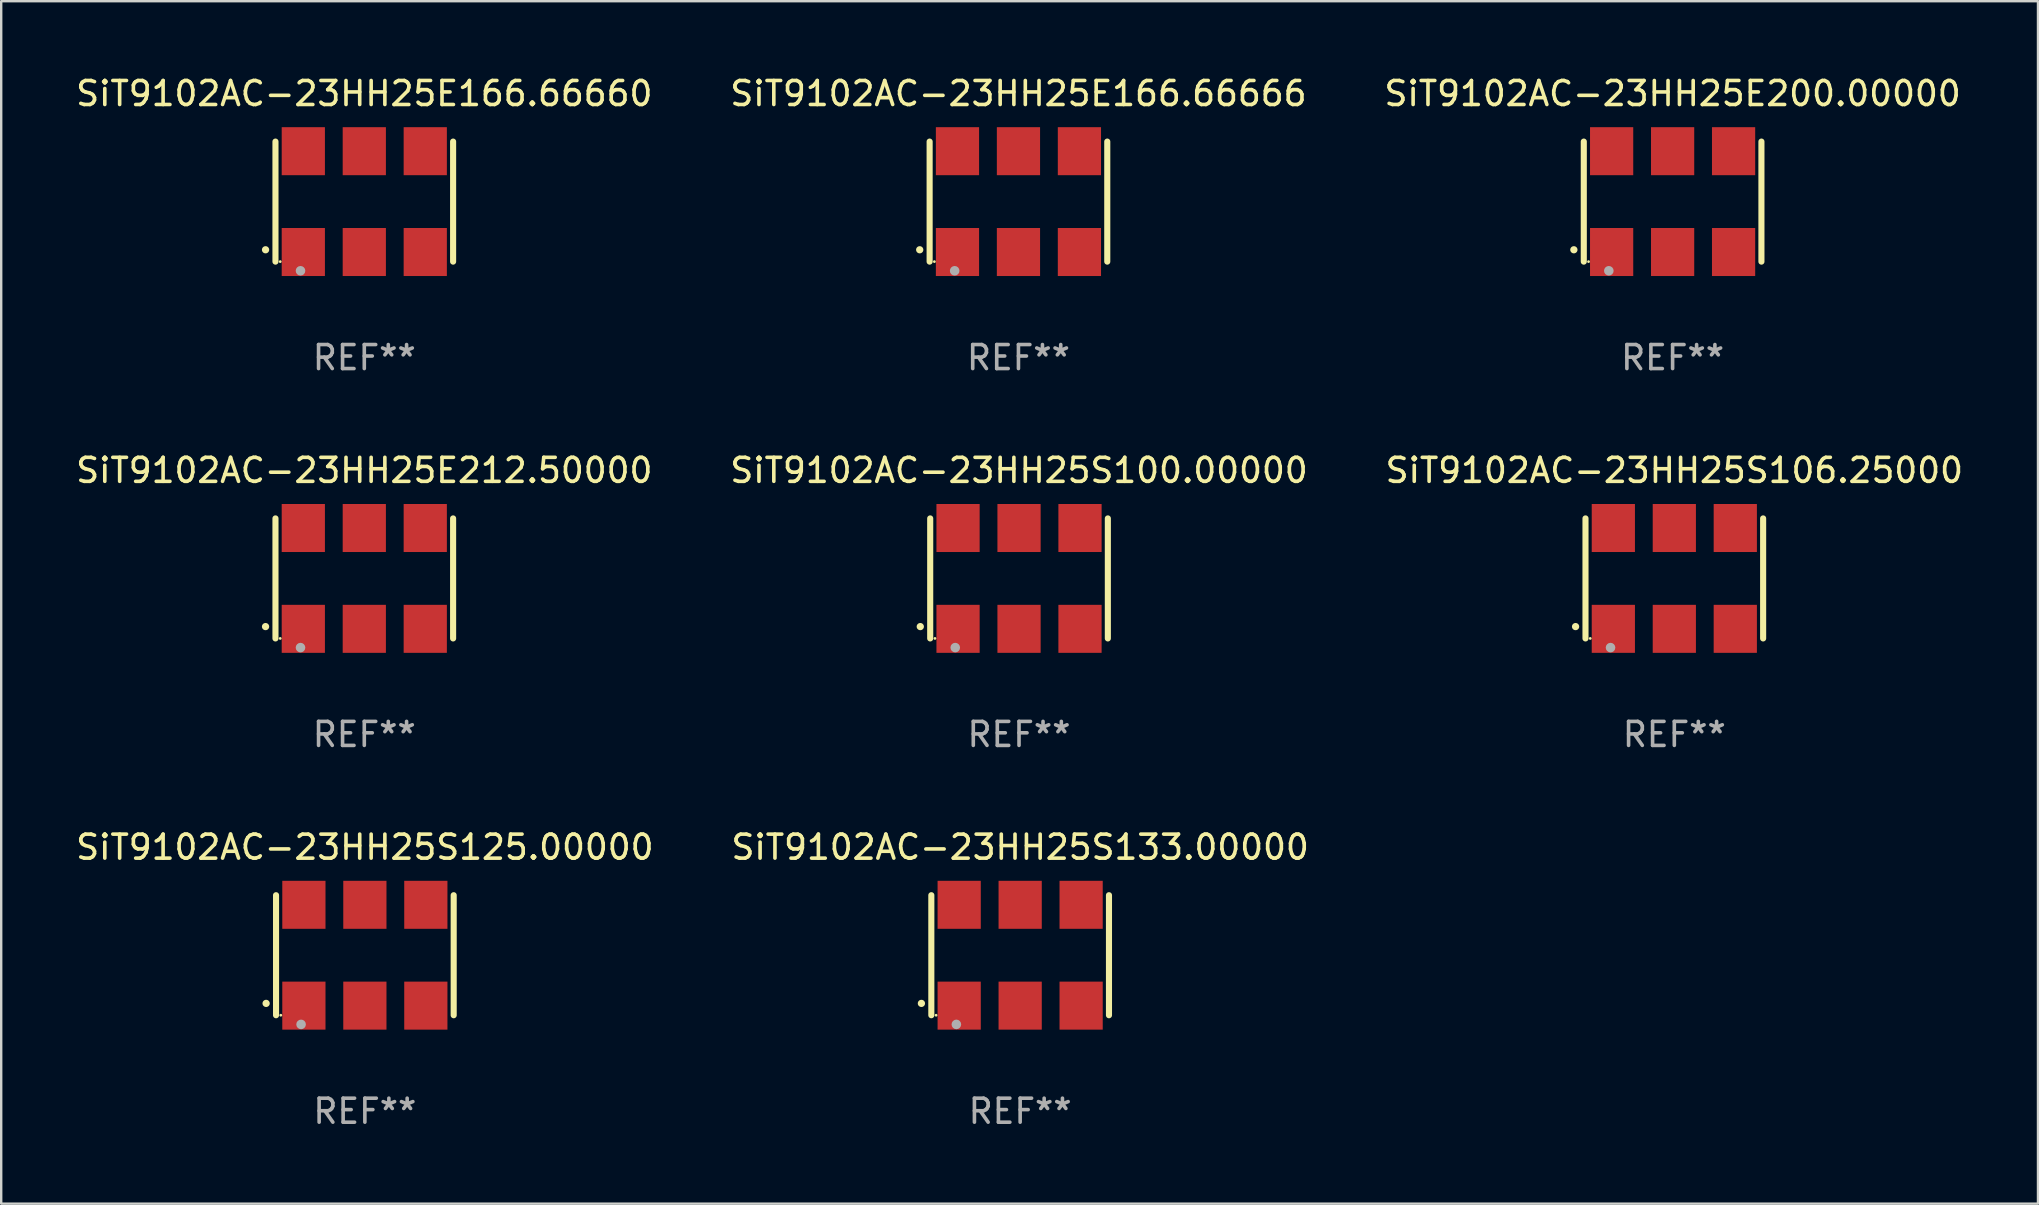
<source format=kicad_pcb>
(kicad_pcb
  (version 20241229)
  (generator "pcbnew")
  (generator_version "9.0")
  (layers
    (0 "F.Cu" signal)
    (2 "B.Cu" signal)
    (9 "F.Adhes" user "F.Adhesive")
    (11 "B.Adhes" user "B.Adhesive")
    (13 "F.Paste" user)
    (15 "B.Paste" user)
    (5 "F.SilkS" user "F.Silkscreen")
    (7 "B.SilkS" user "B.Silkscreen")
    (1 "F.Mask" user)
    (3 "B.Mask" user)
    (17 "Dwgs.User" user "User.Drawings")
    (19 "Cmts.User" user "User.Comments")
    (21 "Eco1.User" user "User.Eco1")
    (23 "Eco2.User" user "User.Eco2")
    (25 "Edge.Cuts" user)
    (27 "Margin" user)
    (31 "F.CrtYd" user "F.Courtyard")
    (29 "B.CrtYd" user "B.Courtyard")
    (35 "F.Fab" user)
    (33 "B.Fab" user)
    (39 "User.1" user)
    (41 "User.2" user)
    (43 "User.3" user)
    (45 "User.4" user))
  (footprint "SiT9102AC-23HH25S125.00000"
    (layer "F.Cu")
    (at 12.149 36.741)
    (property "Reference" "SiT9102AC-23HH25S125.00000" (at 0 -4.5 0) (layer "F.SilkS") (effects (font (size 1 1) (thickness 0.15))))
    (attr through_hole)
    (fp_line (start -3.7 -2.5) (end -3.7 2.5) (stroke (width 0.254) (type solid)) (layer "F.SilkS"))
    (fp_line (start 3.7 -2.5) (end 3.7 2.5) (stroke (width 0.254) (type solid)) (layer "F.SilkS"))
    (fp_arc (start -4.114415 2.006604) (mid -4.113145 2.006599) (end -4.111875 2.006604) (stroke (width 0.3) (type solid)) (layer "F.SilkS"))
    (fp_circle (center -3.502 2.5) (end -3.472 2.5) (stroke (width 0.06) (type solid)) (fill no) (layer "F.SilkS"))
    (fp_circle (center -2.657 2.882) (end -2.557 2.882) (stroke (width 0.2) (type solid)) (fill no) (layer "F.Fab"))
    (fp_text user "REF**" (at 0 6.5 0) (layer "F.Fab") (effects (font (size 1 1) (thickness 0.15))))
    (pad "1" smd rect (at -2.54 2.1) (size 1.8 2) (layers "F.Cu" "F.Mask" "F.Paste"))
    (pad "2" smd rect (at 0.000394 2.1) (size 1.8 2) (layers "F.Cu" "F.Mask" "F.Paste"))
    (pad "3" smd rect (at 2.54 2.1) (size 1.8 2) (layers "F.Cu" "F.Mask" "F.Paste"))
    (pad "4" smd rect (at 2.54 -2.1) (size 1.8 2) (layers "F.Cu" "F.Mask" "F.Paste"))
    (pad "5" smd rect (at 0.000394 -2.1) (size 1.8 2) (layers "F.Cu" "F.Mask" "F.Paste"))
    (pad "6" smd rect (at -2.54 -2.1) (size 1.8 2) (layers "F.Cu" "F.Mask" "F.Paste")))
  (footprint "SiT9102AC-23HH25E200.00000"
    (layer "F.Cu")
    (at 66.625 5.348)
    (property "Reference" "SiT9102AC-23HH25E200.00000" (at 0 -4.5 0) (layer "F.SilkS") (effects (font (size 1 1) (thickness 0.15))))
    (attr through_hole)
    (fp_line (start -3.7 -2.5) (end -3.7 2.5) (stroke (width 0.254) (type solid)) (layer "F.SilkS"))
    (fp_line (start 3.7 -2.5) (end 3.7 2.5) (stroke (width 0.254) (type solid)) (layer "F.SilkS"))
    (fp_arc (start -4.114415 2.006604) (mid -4.113145 2.006599) (end -4.111875 2.006604) (stroke (width 0.3) (type solid)) (layer "F.SilkS"))
    (fp_circle (center -3.502 2.5) (end -3.472 2.5) (stroke (width 0.06) (type solid)) (fill no) (layer "F.SilkS"))
    (fp_circle (center -2.657 2.882) (end -2.557 2.882) (stroke (width 0.2) (type solid)) (fill no) (layer "F.Fab"))
    (fp_text user "REF**" (at 0 6.5 0) (layer "F.Fab") (effects (font (size 1 1) (thickness 0.15))))
    (pad "1" smd rect (at -2.54 2.1) (size 1.8 2) (layers "F.Cu" "F.Mask" "F.Paste"))
    (pad "2" smd rect (at 0.000394 2.1) (size 1.8 2) (layers "F.Cu" "F.Mask" "F.Paste"))
    (pad "3" smd rect (at 2.54 2.1) (size 1.8 2) (layers "F.Cu" "F.Mask" "F.Paste"))
    (pad "4" smd rect (at 2.54 -2.1) (size 1.8 2) (layers "F.Cu" "F.Mask" "F.Paste"))
    (pad "5" smd rect (at 0.000394 -2.1) (size 1.8 2) (layers "F.Cu" "F.Mask" "F.Paste"))
    (pad "6" smd rect (at -2.54 -2.1) (size 1.8 2) (layers "F.Cu" "F.Mask" "F.Paste")))
  (footprint "SiT9102AC-23HH25E166.66660"
    (layer "F.Cu")
    (at 12.125 5.348)
    (property "Reference" "SiT9102AC-23HH25E166.66660" (at 0 -4.5 0) (layer "F.SilkS") (effects (font (size 1 1) (thickness 0.15))))
    (attr through_hole)
    (fp_line (start -3.7 -2.5) (end -3.7 2.5) (stroke (width 0.254) (type solid)) (layer "F.SilkS"))
    (fp_line (start 3.7 -2.5) (end 3.7 2.5) (stroke (width 0.254) (type solid)) (layer "F.SilkS"))
    (fp_arc (start -4.114415 2.006604) (mid -4.113145 2.006599) (end -4.111875 2.006604) (stroke (width 0.3) (type solid)) (layer "F.SilkS"))
    (fp_circle (center -3.502 2.5) (end -3.472 2.5) (stroke (width 0.06) (type solid)) (fill no) (layer "F.SilkS"))
    (fp_circle (center -2.657 2.882) (end -2.557 2.882) (stroke (width 0.2) (type solid)) (fill no) (layer "F.Fab"))
    (fp_text user "REF**" (at 0 6.5 0) (layer "F.Fab") (effects (font (size 1 1) (thickness 0.15))))
    (pad "1" smd rect (at -2.54 2.1) (size 1.8 2) (layers "F.Cu" "F.Mask" "F.Paste"))
    (pad "2" smd rect (at 0.000394 2.1) (size 1.8 2) (layers "F.Cu" "F.Mask" "F.Paste"))
    (pad "3" smd rect (at 2.54 2.1) (size 1.8 2) (layers "F.Cu" "F.Mask" "F.Paste"))
    (pad "4" smd rect (at 2.54 -2.1) (size 1.8 2) (layers "F.Cu" "F.Mask" "F.Paste"))
    (pad "5" smd rect (at 0.000394 -2.1) (size 1.8 2) (layers "F.Cu" "F.Mask" "F.Paste"))
    (pad "6" smd rect (at -2.54 -2.1) (size 1.8 2) (layers "F.Cu" "F.Mask" "F.Paste")))
  (footprint "SiT9102AC-23HH25S133.00000"
    (layer "F.Cu")
    (at 39.446 36.741)
    (property "Reference" "SiT9102AC-23HH25S133.00000" (at 0 -4.5 0) (layer "F.SilkS") (effects (font (size 1 1) (thickness 0.15))))
    (attr through_hole)
    (fp_line (start -3.7 -2.5) (end -3.7 2.5) (stroke (width 0.254) (type solid)) (layer "F.SilkS"))
    (fp_line (start 3.7 -2.5) (end 3.7 2.5) (stroke (width 0.254) (type solid)) (layer "F.SilkS"))
    (fp_arc (start -4.114415 2.006604) (mid -4.113145 2.006599) (end -4.111875 2.006604) (stroke (width 0.3) (type solid)) (layer "F.SilkS"))
    (fp_circle (center -3.502 2.5) (end -3.472 2.5) (stroke (width 0.06) (type solid)) (fill no) (layer "F.SilkS"))
    (fp_circle (center -2.657 2.882) (end -2.557 2.882) (stroke (width 0.2) (type solid)) (fill no) (layer "F.Fab"))
    (fp_text user "REF**" (at 0 6.5 0) (layer "F.Fab") (effects (font (size 1 1) (thickness 0.15))))
    (pad "1" smd rect (at -2.54 2.1) (size 1.8 2) (layers "F.Cu" "F.Mask" "F.Paste"))
    (pad "2" smd rect (at 0.000394 2.1) (size 1.8 2) (layers "F.Cu" "F.Mask" "F.Paste"))
    (pad "3" smd rect (at 2.54 2.1) (size 1.8 2) (layers "F.Cu" "F.Mask" "F.Paste"))
    (pad "4" smd rect (at 2.54 -2.1) (size 1.8 2) (layers "F.Cu" "F.Mask" "F.Paste"))
    (pad "5" smd rect (at 0.000394 -2.1) (size 1.8 2) (layers "F.Cu" "F.Mask" "F.Paste"))
    (pad "6" smd rect (at -2.54 -2.1) (size 1.8 2) (layers "F.Cu" "F.Mask" "F.Paste")))
  (footprint "SiT9102AC-23HH25E212.50000"
    (layer "F.Cu")
    (at 12.125 21.045)
    (property "Reference" "SiT9102AC-23HH25E212.50000" (at 0 -4.5 0) (layer "F.SilkS") (effects (font (size 1 1) (thickness 0.15))))
    (attr through_hole)
    (fp_line (start -3.7 -2.5) (end -3.7 2.5) (stroke (width 0.254) (type solid)) (layer "F.SilkS"))
    (fp_line (start 3.7 -2.5) (end 3.7 2.5) (stroke (width 0.254) (type solid)) (layer "F.SilkS"))
    (fp_arc (start -4.114415 2.006604) (mid -4.113145 2.006599) (end -4.111875 2.006604) (stroke (width 0.3) (type solid)) (layer "F.SilkS"))
    (fp_circle (center -3.502 2.5) (end -3.472 2.5) (stroke (width 0.06) (type solid)) (fill no) (layer "F.SilkS"))
    (fp_circle (center -2.657 2.882) (end -2.557 2.882) (stroke (width 0.2) (type solid)) (fill no) (layer "F.Fab"))
    (fp_text user "REF**" (at 0 6.5 0) (layer "F.Fab") (effects (font (size 1 1) (thickness 0.15))))
    (pad "1" smd rect (at -2.54 2.1) (size 1.8 2) (layers "F.Cu" "F.Mask" "F.Paste"))
    (pad "2" smd rect (at 0.000394 2.1) (size 1.8 2) (layers "F.Cu" "F.Mask" "F.Paste"))
    (pad "3" smd rect (at 2.54 2.1) (size 1.8 2) (layers "F.Cu" "F.Mask" "F.Paste"))
    (pad "4" smd rect (at 2.54 -2.1) (size 1.8 2) (layers "F.Cu" "F.Mask" "F.Paste"))
    (pad "5" smd rect (at 0.000394 -2.1) (size 1.8 2) (layers "F.Cu" "F.Mask" "F.Paste"))
    (pad "6" smd rect (at -2.54 -2.1) (size 1.8 2) (layers "F.Cu" "F.Mask" "F.Paste")))
  (footprint "SiT9102AC-23HH25E166.66666"
    (layer "F.Cu")
    (at 39.375 5.348)
    (property "Reference" "SiT9102AC-23HH25E166.66666" (at 0 -4.5 0) (layer "F.SilkS") (effects (font (size 1 1) (thickness 0.15))))
    (attr through_hole)
    (fp_line (start -3.7 -2.5) (end -3.7 2.5) (stroke (width 0.254) (type solid)) (layer "F.SilkS"))
    (fp_line (start 3.7 -2.5) (end 3.7 2.5) (stroke (width 0.254) (type solid)) (layer "F.SilkS"))
    (fp_arc (start -4.114415 2.006604) (mid -4.113145 2.006599) (end -4.111875 2.006604) (stroke (width 0.3) (type solid)) (layer "F.SilkS"))
    (fp_circle (center -3.502 2.5) (end -3.472 2.5) (stroke (width 0.06) (type solid)) (fill no) (layer "F.SilkS"))
    (fp_circle (center -2.657 2.882) (end -2.557 2.882) (stroke (width 0.2) (type solid)) (fill no) (layer "F.Fab"))
    (fp_text user "REF**" (at 0 6.5 0) (layer "F.Fab") (effects (font (size 1 1) (thickness 0.15))))
    (pad "1" smd rect (at -2.54 2.1) (size 1.8 2) (layers "F.Cu" "F.Mask" "F.Paste"))
    (pad "2" smd rect (at 0.000394 2.1) (size 1.8 2) (layers "F.Cu" "F.Mask" "F.Paste"))
    (pad "3" smd rect (at 2.54 2.1) (size 1.8 2) (layers "F.Cu" "F.Mask" "F.Paste"))
    (pad "4" smd rect (at 2.54 -2.1) (size 1.8 2) (layers "F.Cu" "F.Mask" "F.Paste"))
    (pad "5" smd rect (at 0.000394 -2.1) (size 1.8 2) (layers "F.Cu" "F.Mask" "F.Paste"))
    (pad "6" smd rect (at -2.54 -2.1) (size 1.8 2) (layers "F.Cu" "F.Mask" "F.Paste")))
  (footprint "SiT9102AC-23HH25S106.25000"
    (layer "F.Cu")
    (at 66.696 21.045)
    (property "Reference" "SiT9102AC-23HH25S106.25000" (at 0 -4.5 0) (layer "F.SilkS") (effects (font (size 1 1) (thickness 0.15))))
    (attr through_hole)
    (fp_line (start -3.7 -2.5) (end -3.7 2.5) (stroke (width 0.254) (type solid)) (layer "F.SilkS"))
    (fp_line (start 3.7 -2.5) (end 3.7 2.5) (stroke (width 0.254) (type solid)) (layer "F.SilkS"))
    (fp_arc (start -4.114415 2.006604) (mid -4.113145 2.006599) (end -4.111875 2.006604) (stroke (width 0.3) (type solid)) (layer "F.SilkS"))
    (fp_circle (center -3.502 2.5) (end -3.472 2.5) (stroke (width 0.06) (type solid)) (fill no) (layer "F.SilkS"))
    (fp_circle (center -2.657 2.882) (end -2.557 2.882) (stroke (width 0.2) (type solid)) (fill no) (layer "F.Fab"))
    (fp_text user "REF**" (at 0 6.5 0) (layer "F.Fab") (effects (font (size 1 1) (thickness 0.15))))
    (pad "1" smd rect (at -2.54 2.1) (size 1.8 2) (layers "F.Cu" "F.Mask" "F.Paste"))
    (pad "2" smd rect (at 0.000394 2.1) (size 1.8 2) (layers "F.Cu" "F.Mask" "F.Paste"))
    (pad "3" smd rect (at 2.54 2.1) (size 1.8 2) (layers "F.Cu" "F.Mask" "F.Paste"))
    (pad "4" smd rect (at 2.54 -2.1) (size 1.8 2) (layers "F.Cu" "F.Mask" "F.Paste"))
    (pad "5" smd rect (at 0.000394 -2.1) (size 1.8 2) (layers "F.Cu" "F.Mask" "F.Paste"))
    (pad "6" smd rect (at -2.54 -2.1) (size 1.8 2) (layers "F.Cu" "F.Mask" "F.Paste")))
  (footprint "SiT9102AC-23HH25S100.00000"
    (layer "F.Cu")
    (at 39.399 21.045)
    (property "Reference" "SiT9102AC-23HH25S100.00000" (at 0 -4.5 0) (layer "F.SilkS") (effects (font (size 1 1) (thickness 0.15))))
    (attr through_hole)
    (fp_line (start -3.7 -2.5) (end -3.7 2.5) (stroke (width 0.254) (type solid)) (layer "F.SilkS"))
    (fp_line (start 3.7 -2.5) (end 3.7 2.5) (stroke (width 0.254) (type solid)) (layer "F.SilkS"))
    (fp_arc (start -4.114415 2.006604) (mid -4.113145 2.006599) (end -4.111875 2.006604) (stroke (width 0.3) (type solid)) (layer "F.SilkS"))
    (fp_circle (center -3.502 2.5) (end -3.472 2.5) (stroke (width 0.06) (type solid)) (fill no) (layer "F.SilkS"))
    (fp_circle (center -2.657 2.882) (end -2.557 2.882) (stroke (width 0.2) (type solid)) (fill no) (layer "F.Fab"))
    (fp_text user "REF**" (at 0 6.5 0) (layer "F.Fab") (effects (font (size 1 1) (thickness 0.15))))
    (pad "1" smd rect (at -2.54 2.1) (size 1.8 2) (layers "F.Cu" "F.Mask" "F.Paste"))
    (pad "2" smd rect (at 0.000394 2.1) (size 1.8 2) (layers "F.Cu" "F.Mask" "F.Paste"))
    (pad "3" smd rect (at 2.54 2.1) (size 1.8 2) (layers "F.Cu" "F.Mask" "F.Paste"))
    (pad "4" smd rect (at 2.54 -2.1) (size 1.8 2) (layers "F.Cu" "F.Mask" "F.Paste"))
    (pad "5" smd rect (at 0.000394 -2.1) (size 1.8 2) (layers "F.Cu" "F.Mask" "F.Paste"))
    (pad "6" smd rect (at -2.54 -2.1) (size 1.8 2) (layers "F.Cu" "F.Mask" "F.Paste")))
  (gr_rect
    (start -3 -3)
    (end 81.845 47.09)
    (stroke (width 0.1) (type default))
    (fill no)
    (layer "Edge.Cuts")))
</source>
